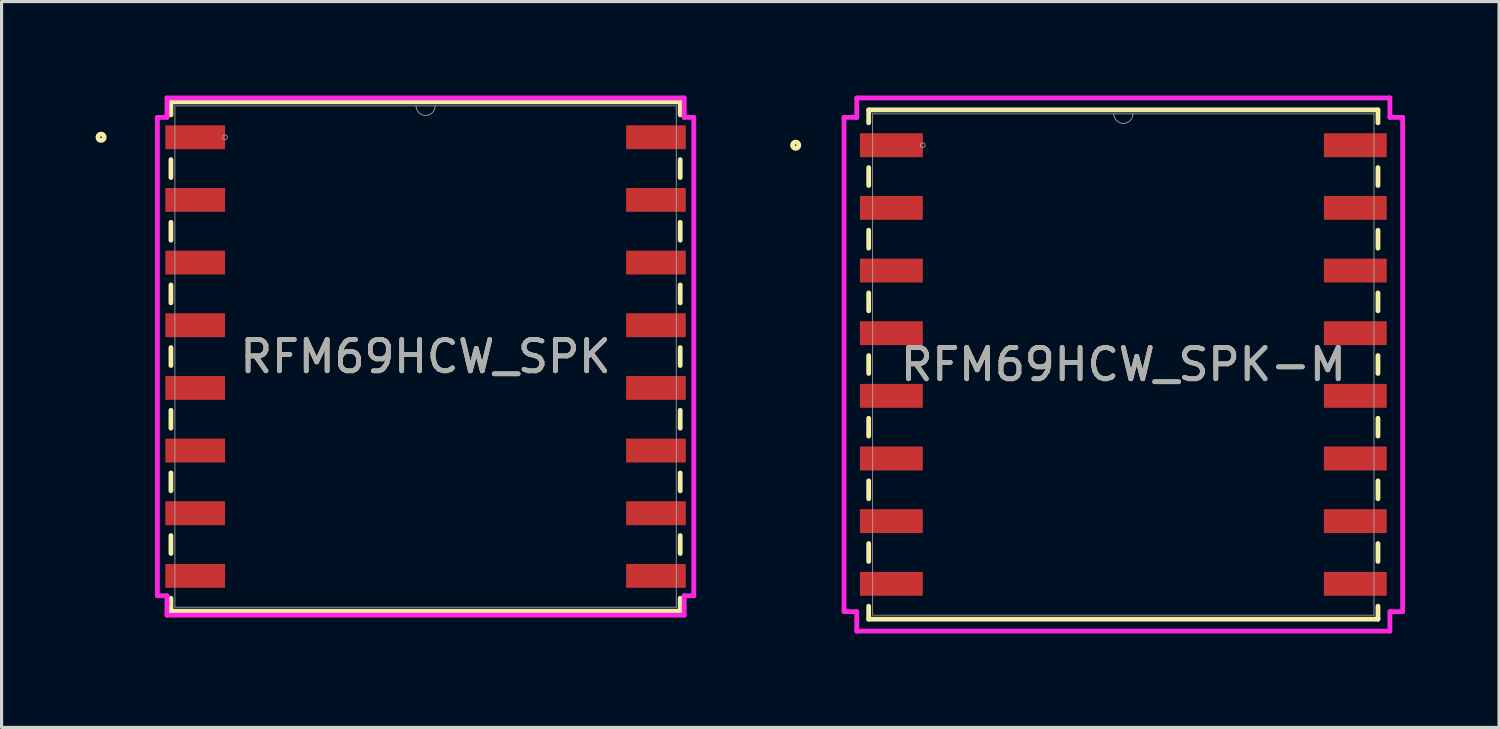
<source format=kicad_pcb>
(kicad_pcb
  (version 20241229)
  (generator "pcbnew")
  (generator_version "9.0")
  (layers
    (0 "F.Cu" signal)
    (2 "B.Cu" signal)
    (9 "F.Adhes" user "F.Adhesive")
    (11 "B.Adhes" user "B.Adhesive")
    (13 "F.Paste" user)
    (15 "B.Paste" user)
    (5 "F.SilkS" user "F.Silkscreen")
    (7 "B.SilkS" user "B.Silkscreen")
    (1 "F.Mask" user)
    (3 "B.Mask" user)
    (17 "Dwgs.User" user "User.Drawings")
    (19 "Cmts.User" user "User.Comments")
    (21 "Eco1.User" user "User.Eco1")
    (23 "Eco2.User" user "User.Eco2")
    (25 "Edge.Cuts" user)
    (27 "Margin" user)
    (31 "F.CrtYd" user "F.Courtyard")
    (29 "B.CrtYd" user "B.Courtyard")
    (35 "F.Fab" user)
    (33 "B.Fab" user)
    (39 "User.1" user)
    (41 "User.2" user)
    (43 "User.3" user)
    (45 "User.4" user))
  (footprint "RFM69HCW_SPK-M"
    (layer "F.Cu")
    (at 32.806 8.585)
    (property "Reference" "RFM69HCW_SPK-M" (at 0 0 0) (unlocked yes) (layer "F.SilkS") (effects (font (size 1 1) (thickness 0.15))))
    (attr smd)
    (fp_line (start -8.128 -8.128) (end -8.128 -7.714) (stroke (width 0.152) (type solid)) (layer "F.SilkS"))
    (fp_line (start -8.128 -6.286) (end -8.128 -5.714) (stroke (width 0.152) (type solid)) (layer "F.SilkS"))
    (fp_line (start -8.128 -4.286) (end -8.128 -3.714) (stroke (width 0.152) (type solid)) (layer "F.SilkS"))
    (fp_line (start -8.128 -2.286) (end -8.128 -1.714) (stroke (width 0.152) (type solid)) (layer "F.SilkS"))
    (fp_line (start -8.128 -0.286) (end -8.128 0.286) (stroke (width 0.152) (type solid)) (layer "F.SilkS"))
    (fp_line (start -8.128 1.714) (end -8.128 2.286) (stroke (width 0.152) (type solid)) (layer "F.SilkS"))
    (fp_line (start -8.128 3.714) (end -8.128 4.286) (stroke (width 0.152) (type solid)) (layer "F.SilkS"))
    (fp_line (start -8.128 5.714) (end -8.128 6.286) (stroke (width 0.152) (type solid)) (layer "F.SilkS"))
    (fp_line (start -8.128 7.714) (end -8.128 8.128) (stroke (width 0.152) (type solid)) (layer "F.SilkS"))
    (fp_line (start -8.128 8.128) (end 8.128 8.128) (stroke (width 0.152) (type solid)) (layer "F.SilkS"))
    (fp_line (start 8.128 -8.128) (end -8.128 -8.128) (stroke (width 0.152) (type solid)) (layer "F.SilkS"))
    (fp_line (start 8.128 -7.714) (end 8.128 -8.128) (stroke (width 0.152) (type solid)) (layer "F.SilkS"))
    (fp_line (start 8.128 -5.714) (end 8.128 -6.286) (stroke (width 0.152) (type solid)) (layer "F.SilkS"))
    (fp_line (start 8.128 -3.714) (end 8.128 -4.286) (stroke (width 0.152) (type solid)) (layer "F.SilkS"))
    (fp_line (start 8.128 -1.714) (end 8.128 -2.286) (stroke (width 0.152) (type solid)) (layer "F.SilkS"))
    (fp_line (start 8.128 0.286) (end 8.128 -0.286) (stroke (width 0.152) (type solid)) (layer "F.SilkS"))
    (fp_line (start 8.128 2.286) (end 8.128 1.714) (stroke (width 0.152) (type solid)) (layer "F.SilkS"))
    (fp_line (start 8.128 4.286) (end 8.128 3.714) (stroke (width 0.152) (type solid)) (layer "F.SilkS"))
    (fp_line (start 8.128 6.286) (end 8.128 5.714) (stroke (width 0.152) (type solid)) (layer "F.SilkS"))
    (fp_line (start 8.128 8.128) (end 8.128 7.714) (stroke (width 0.152) (type solid)) (layer "F.SilkS"))
    (fp_circle (center -10.458 -7) (end -10.357 -7) (stroke (width 0.152) (type solid)) (fill no) (layer "F.SilkS"))
    (fp_line (start -8.915 -7.889) (end -8.509 -7.889) (stroke (width 0.152) (type solid)) (layer "F.CrtYd"))
    (fp_line (start -8.915 7.889) (end -8.915 -7.889) (stroke (width 0.152) (type solid)) (layer "F.CrtYd"))
    (fp_line (start -8.915 7.889) (end -8.509 7.889) (stroke (width 0.152) (type solid)) (layer "F.CrtYd"))
    (fp_line (start -8.509 -8.509) (end 8.509 -8.509) (stroke (width 0.152) (type solid)) (layer "F.CrtYd"))
    (fp_line (start -8.509 -7.889) (end -8.509 -8.509) (stroke (width 0.152) (type solid)) (layer "F.CrtYd"))
    (fp_line (start -8.509 8.509) (end -8.509 7.889) (stroke (width 0.152) (type solid)) (layer "F.CrtYd"))
    (fp_line (start 8.509 -8.509) (end 8.509 -7.889) (stroke (width 0.152) (type solid)) (layer "F.CrtYd"))
    (fp_line (start 8.509 7.889) (end 8.509 8.509) (stroke (width 0.152) (type solid)) (layer "F.CrtYd"))
    (fp_line (start 8.509 8.509) (end -8.509 8.509) (stroke (width 0.152) (type solid)) (layer "F.CrtYd"))
    (fp_line (start 8.915 -7.889) (end 8.509 -7.889) (stroke (width 0.152) (type solid)) (layer "F.CrtYd"))
    (fp_line (start 8.915 -7.889) (end 8.915 7.889) (stroke (width 0.152) (type solid)) (layer "F.CrtYd"))
    (fp_line (start 8.915 7.889) (end 8.509 7.889) (stroke (width 0.152) (type solid)) (layer "F.CrtYd"))
    (fp_line (start -8.001 -8.001) (end -8.001 8.001) (stroke (width 0.025) (type solid)) (layer "F.Fab"))
    (fp_line (start -8.001 8.001) (end 8.001 8.001) (stroke (width 0.025) (type solid)) (layer "F.Fab"))
    (fp_line (start 8.001 -8.001) (end -8.001 -8.001) (stroke (width 0.025) (type solid)) (layer "F.Fab"))
    (fp_line (start 8.001 8.001) (end 8.001 -8.001) (stroke (width 0.025) (type solid)) (layer "F.Fab"))
    (fp_arc (start 0.3048 -8.001) (mid 0 -7.6962) (end -0.3048 -8.001) (stroke (width 0.0254) (type solid)) (layer "F.Fab"))
    (fp_circle (center -6.401 -7) (end -6.325 -7) (stroke (width 0.025) (type solid)) (fill no) (layer "F.Fab"))
    (fp_text user "${REFERENCE}" (at 0 0 0) (unlocked yes) (layer "F.Fab") (effects (font (size 1 1) (thickness 0.15))))
    (pad "1" smd rect (at -7.404 -7) (size 2.007 0.762) (layers "F.Cu" "F.Mask" "F.Paste"))
    (pad "2" smd rect (at -7.404 -5) (size 2.007 0.762) (layers "F.Cu" "F.Mask" "F.Paste"))
    (pad "3" smd rect (at -7.404 -3) (size 2.007 0.762) (layers "F.Cu" "F.Mask" "F.Paste"))
    (pad "4" smd rect (at -7.404 -1) (size 2.007 0.762) (layers "F.Cu" "F.Mask" "F.Paste"))
    (pad "5" smd rect (at -7.404 1) (size 2.007 0.762) (layers "F.Cu" "F.Mask" "F.Paste"))
    (pad "6" smd rect (at -7.404 3) (size 2.007 0.762) (layers "F.Cu" "F.Mask" "F.Paste"))
    (pad "7" smd rect (at -7.404 5) (size 2.007 0.762) (layers "F.Cu" "F.Mask" "F.Paste"))
    (pad "8" smd rect (at -7.404 7) (size 2.007 0.762) (layers "F.Cu" "F.Mask" "F.Paste"))
    (pad "9" smd rect (at 7.404 7) (size 2.007 0.762) (layers "F.Cu" "F.Mask" "F.Paste"))
    (pad "10" smd rect (at 7.404 5) (size 2.007 0.762) (layers "F.Cu" "F.Mask" "F.Paste"))
    (pad "11" smd rect (at 7.404 3) (size 2.007 0.762) (layers "F.Cu" "F.Mask" "F.Paste"))
    (pad "12" smd rect (at 7.404 1) (size 2.007 0.762) (layers "F.Cu" "F.Mask" "F.Paste"))
    (pad "13" smd rect (at 7.404 -1) (size 2.007 0.762) (layers "F.Cu" "F.Mask" "F.Paste"))
    (pad "14" smd rect (at 7.404 -3) (size 2.007 0.762) (layers "F.Cu" "F.Mask" "F.Paste"))
    (pad "15" smd rect (at 7.404 -5) (size 2.007 0.762) (layers "F.Cu" "F.Mask" "F.Paste"))
    (pad "16" smd rect (at 7.404 -7) (size 2.007 0.762) (layers "F.Cu" "F.Mask" "F.Paste")))
  (footprint "RFM69HCW_SPK"
    (layer "F.Cu")
    (at 10.534 8.331)
    (property "Reference" "RFM69HCW_SPK" (at 0 0 0) (unlocked yes) (layer "F.SilkS") (effects (font (size 1 1) (thickness 0.15))))
    (attr smd)
    (fp_line (start -8.128 -8.128) (end -8.128 -7.714) (stroke (width 0.152) (type solid)) (layer "F.SilkS"))
    (fp_line (start -8.128 -6.286) (end -8.128 -5.714) (stroke (width 0.152) (type solid)) (layer "F.SilkS"))
    (fp_line (start -8.128 -4.286) (end -8.128 -3.714) (stroke (width 0.152) (type solid)) (layer "F.SilkS"))
    (fp_line (start -8.128 -2.286) (end -8.128 -1.714) (stroke (width 0.152) (type solid)) (layer "F.SilkS"))
    (fp_line (start -8.128 -0.286) (end -8.128 0.286) (stroke (width 0.152) (type solid)) (layer "F.SilkS"))
    (fp_line (start -8.128 1.714) (end -8.128 2.286) (stroke (width 0.152) (type solid)) (layer "F.SilkS"))
    (fp_line (start -8.128 3.714) (end -8.128 4.286) (stroke (width 0.152) (type solid)) (layer "F.SilkS"))
    (fp_line (start -8.128 5.714) (end -8.128 6.286) (stroke (width 0.152) (type solid)) (layer "F.SilkS"))
    (fp_line (start -8.128 7.714) (end -8.128 8.128) (stroke (width 0.152) (type solid)) (layer "F.SilkS"))
    (fp_line (start -8.128 8.128) (end 8.128 8.128) (stroke (width 0.152) (type solid)) (layer "F.SilkS"))
    (fp_line (start 8.128 -8.128) (end -8.128 -8.128) (stroke (width 0.152) (type solid)) (layer "F.SilkS"))
    (fp_line (start 8.128 -7.714) (end 8.128 -8.128) (stroke (width 0.152) (type solid)) (layer "F.SilkS"))
    (fp_line (start 8.128 -5.714) (end 8.128 -6.286) (stroke (width 0.152) (type solid)) (layer "F.SilkS"))
    (fp_line (start 8.128 -3.714) (end 8.128 -4.286) (stroke (width 0.152) (type solid)) (layer "F.SilkS"))
    (fp_line (start 8.128 -1.714) (end 8.128 -2.286) (stroke (width 0.152) (type solid)) (layer "F.SilkS"))
    (fp_line (start 8.128 0.286) (end 8.128 -0.286) (stroke (width 0.152) (type solid)) (layer "F.SilkS"))
    (fp_line (start 8.128 2.286) (end 8.128 1.714) (stroke (width 0.152) (type solid)) (layer "F.SilkS"))
    (fp_line (start 8.128 4.286) (end 8.128 3.714) (stroke (width 0.152) (type solid)) (layer "F.SilkS"))
    (fp_line (start 8.128 6.286) (end 8.128 5.714) (stroke (width 0.152) (type solid)) (layer "F.SilkS"))
    (fp_line (start 8.128 8.128) (end 8.128 7.714) (stroke (width 0.152) (type solid)) (layer "F.SilkS"))
    (fp_circle (center -10.357 -7) (end -10.255 -7) (stroke (width 0.152) (type solid)) (fill no) (layer "F.SilkS"))
    (fp_line (start -8.56 -7.635) (end -8.255 -7.635) (stroke (width 0.152) (type solid)) (layer "F.CrtYd"))
    (fp_line (start -8.56 7.635) (end -8.56 -7.635) (stroke (width 0.152) (type solid)) (layer "F.CrtYd"))
    (fp_line (start -8.56 7.635) (end -8.255 7.635) (stroke (width 0.152) (type solid)) (layer "F.CrtYd"))
    (fp_line (start -8.255 -8.255) (end 8.255 -8.255) (stroke (width 0.152) (type solid)) (layer "F.CrtYd"))
    (fp_line (start -8.255 -7.635) (end -8.255 -8.255) (stroke (width 0.152) (type solid)) (layer "F.CrtYd"))
    (fp_line (start -8.255 8.255) (end -8.255 7.635) (stroke (width 0.152) (type solid)) (layer "F.CrtYd"))
    (fp_line (start 8.255 -8.255) (end 8.255 -7.635) (stroke (width 0.152) (type solid)) (layer "F.CrtYd"))
    (fp_line (start 8.255 7.635) (end 8.255 8.255) (stroke (width 0.152) (type solid)) (layer "F.CrtYd"))
    (fp_line (start 8.255 8.255) (end -8.255 8.255) (stroke (width 0.152) (type solid)) (layer "F.CrtYd"))
    (fp_line (start 8.56 -7.635) (end 8.255 -7.635) (stroke (width 0.152) (type solid)) (layer "F.CrtYd"))
    (fp_line (start 8.56 -7.635) (end 8.56 7.635) (stroke (width 0.152) (type solid)) (layer "F.CrtYd"))
    (fp_line (start 8.56 7.635) (end 8.255 7.635) (stroke (width 0.152) (type solid)) (layer "F.CrtYd"))
    (fp_line (start -8.001 -8.001) (end -8.001 8.001) (stroke (width 0.025) (type solid)) (layer "F.Fab"))
    (fp_line (start -8.001 8.001) (end 8.001 8.001) (stroke (width 0.025) (type solid)) (layer "F.Fab"))
    (fp_line (start 8.001 -8.001) (end -8.001 -8.001) (stroke (width 0.025) (type solid)) (layer "F.Fab"))
    (fp_line (start 8.001 8.001) (end 8.001 -8.001) (stroke (width 0.025) (type solid)) (layer "F.Fab"))
    (fp_arc (start 0.3048 -8.001) (mid 0 -7.6962) (end -0.3048 -8.001) (stroke (width 0.0254) (type solid)) (layer "F.Fab"))
    (fp_circle (center -6.401 -7) (end -6.325 -7) (stroke (width 0.025) (type solid)) (fill no) (layer "F.Fab"))
    (fp_text user "${REFERENCE}" (at 0 0 0) (unlocked yes) (layer "F.Fab") (effects (font (size 1 1) (thickness 0.15))))
    (pad "1" smd rect (at -7.353 -7) (size 1.905 0.762) (layers "F.Cu" "F.Mask" "F.Paste"))
    (pad "2" smd rect (at -7.353 -5) (size 1.905 0.762) (layers "F.Cu" "F.Mask" "F.Paste"))
    (pad "3" smd rect (at -7.353 -3) (size 1.905 0.762) (layers "F.Cu" "F.Mask" "F.Paste"))
    (pad "4" smd rect (at -7.353 -1) (size 1.905 0.762) (layers "F.Cu" "F.Mask" "F.Paste"))
    (pad "5" smd rect (at -7.353 1) (size 1.905 0.762) (layers "F.Cu" "F.Mask" "F.Paste"))
    (pad "6" smd rect (at -7.353 3) (size 1.905 0.762) (layers "F.Cu" "F.Mask" "F.Paste"))
    (pad "7" smd rect (at -7.353 5) (size 1.905 0.762) (layers "F.Cu" "F.Mask" "F.Paste"))
    (pad "8" smd rect (at -7.353 7) (size 1.905 0.762) (layers "F.Cu" "F.Mask" "F.Paste"))
    (pad "9" smd rect (at 7.353 7) (size 1.905 0.762) (layers "F.Cu" "F.Mask" "F.Paste"))
    (pad "10" smd rect (at 7.353 5) (size 1.905 0.762) (layers "F.Cu" "F.Mask" "F.Paste"))
    (pad "11" smd rect (at 7.353 3) (size 1.905 0.762) (layers "F.Cu" "F.Mask" "F.Paste"))
    (pad "12" smd rect (at 7.353 1) (size 1.905 0.762) (layers "F.Cu" "F.Mask" "F.Paste"))
    (pad "13" smd rect (at 7.353 -1) (size 1.905 0.762) (layers "F.Cu" "F.Mask" "F.Paste"))
    (pad "14" smd rect (at 7.353 -3) (size 1.905 0.762) (layers "F.Cu" "F.Mask" "F.Paste"))
    (pad "15" smd rect (at 7.353 -5) (size 1.905 0.762) (layers "F.Cu" "F.Mask" "F.Paste"))
    (pad "16" smd rect (at 7.353 -7) (size 1.905 0.762) (layers "F.Cu" "F.Mask" "F.Paste")))
  (gr_rect
    (start -3 -3)
    (end 44.798 20.17)
    (stroke (width 0.1) (type default))
    (fill no)
    (layer "Edge.Cuts")))
</source>
